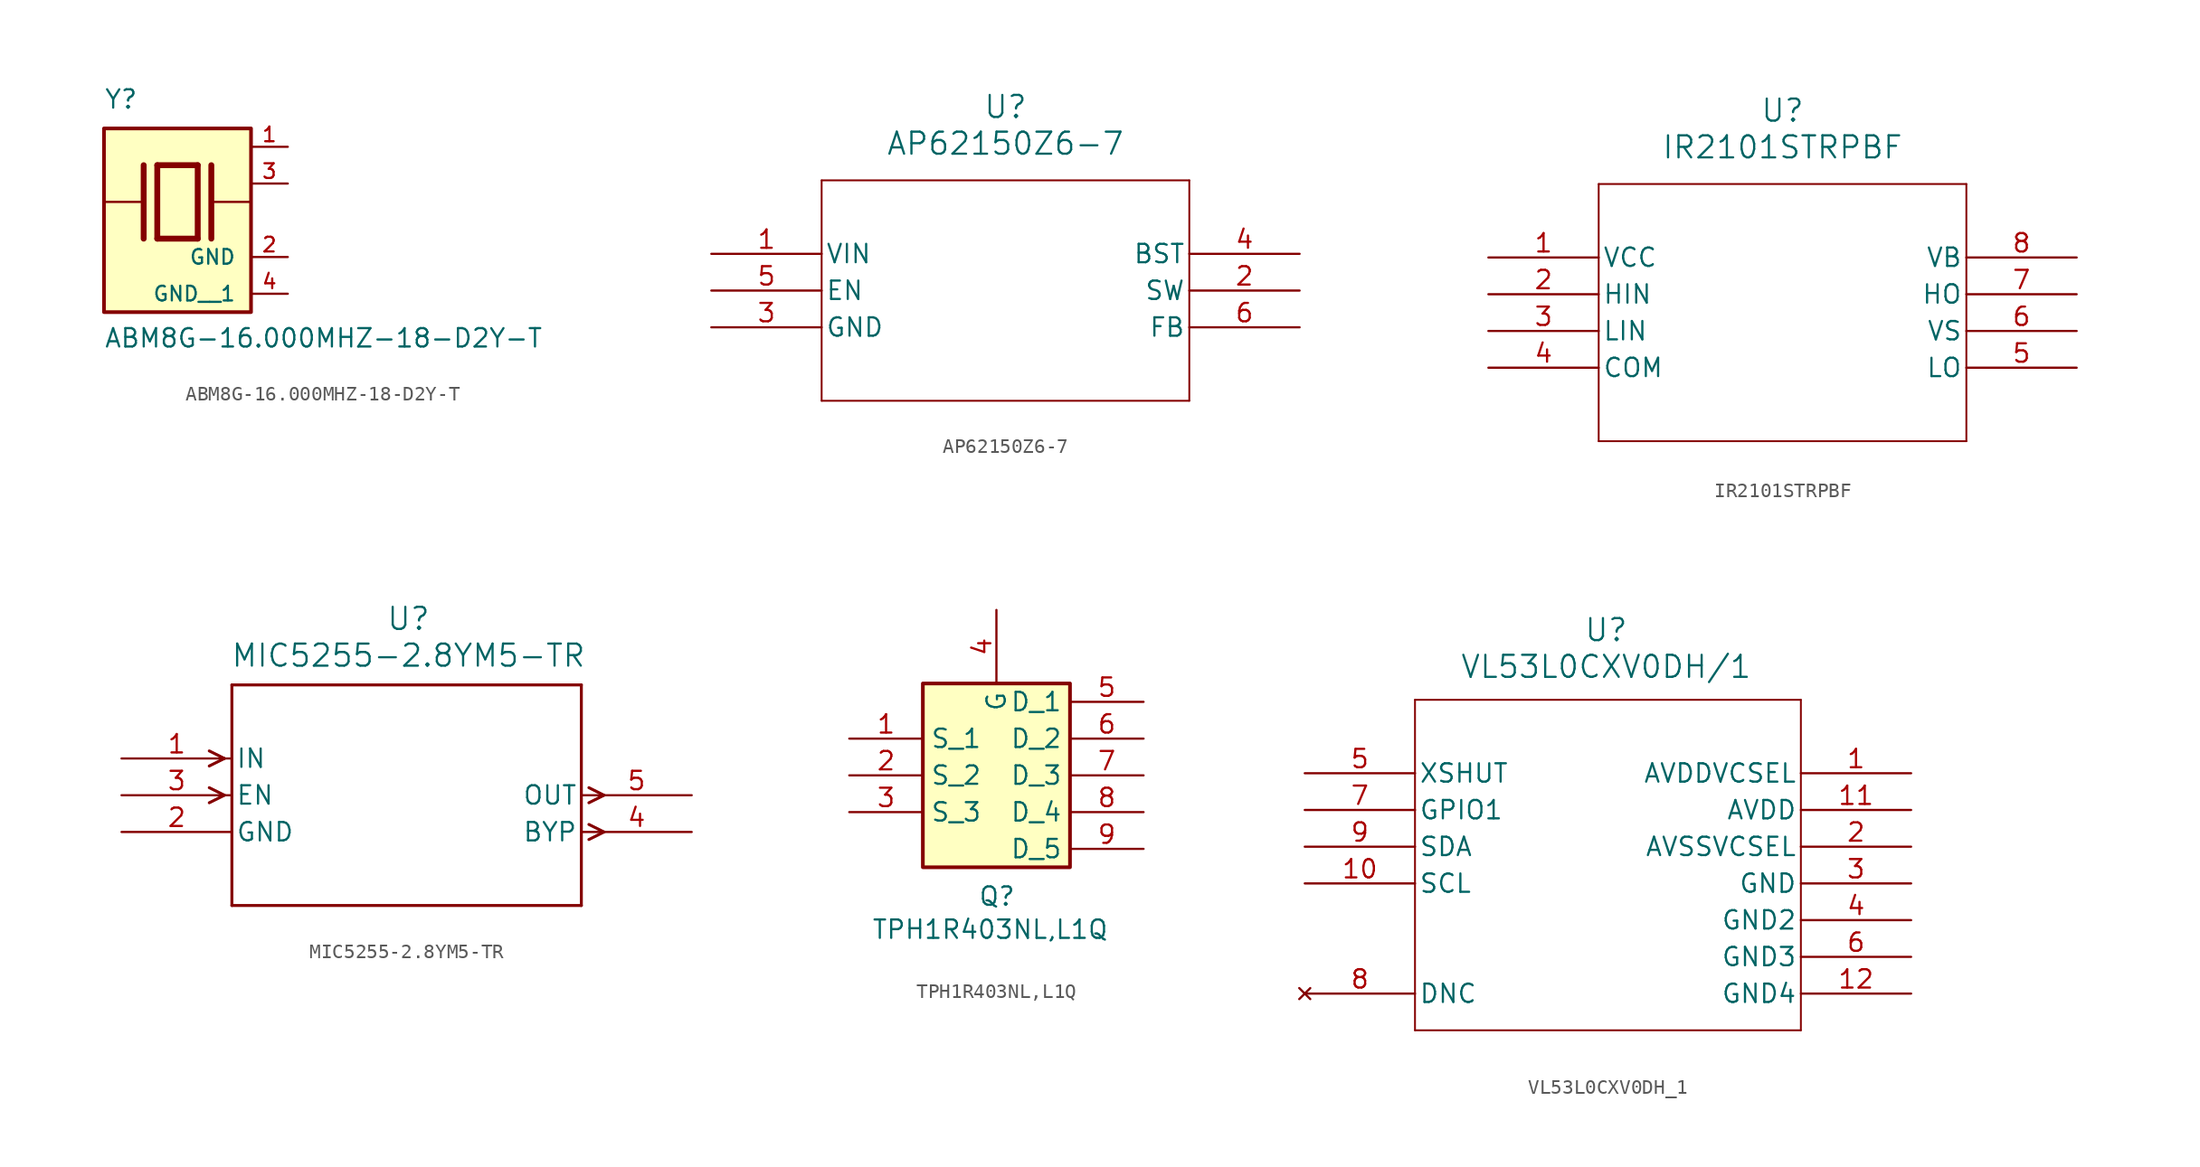
<source format=kicad_sym>
(kicad_symbol_lib
  (version 20241209)
  (generator "kicad_symbol_editor")
  (generator_version "9.0")
  (symbol "ABM8G-16.000MHZ-18-D2Y-T"
    (pin_names
      (offset 1.016))
    (property "Reference" "Y"
      (at -5.088 6.356 0)
      (effects (font (size 1.27 1.27)) (justify left bottom)))
    (property "Value" "ABM8G-16.000MHZ-18-D2Y-T"
      (at -5.094 -10.16 0)
      (effects (font (size 1.27 1.27)) (justify left bottom)))
    (symbol "ABM8G-16.000MHZ-18-D2Y-T_0_0"
      (polyline (pts (xy -5.08 0) (xy -2.54 0)) (stroke (width 0.152) (type default)) (fill (type none)))
      (rectangle (start -5.08 -7.62) (end 5.08 5.08) (stroke (width 0.254) (type default)) (fill (type background)))
      (polyline (pts (xy -2.337 2.54) (xy -2.337 -2.54)) (stroke (width 0.406) (type default)) (fill (type none)))
      (polyline (pts (xy -1.397 2.54) (xy -1.397 -2.54)) (stroke (width 0.406) (type default)) (fill (type none)))
      (polyline (pts (xy -1.397 2.54) (xy 1.397 2.54)) (stroke (width 0.406) (type default)) (fill (type none)))
      (polyline (pts (xy 1.397 2.54) (xy 1.397 -2.54)) (stroke (width 0.406) (type default)) (fill (type none)))
      (polyline (pts (xy 1.397 -2.54) (xy -1.397 -2.54)) (stroke (width 0.406) (type default)) (fill (type none)))
      (polyline (pts (xy 2.337 2.54) (xy 2.337 -2.54)) (stroke (width 0.406) (type default)) (fill (type none)))
      (polyline (pts (xy 2.54 0) (xy 5.08 0)) (stroke (width 0.152) (type default)) (fill (type none)))
      (pin passive line (at 7.62 3.81 180) (length 2.54) (name "~" (effects (font (size 1.016 1.016)))) (number "1" (effects (font (size 1.016 1.016)))))
      (pin passive line (at 7.62 1.27 180) (length 2.54) (name "~" (effects (font (size 1.016 1.016)))) (number "3" (effects (font (size 1.016 1.016)))))
      (pin power_in line (at 7.62 -3.81 180) (length 2.54) (name "GND" (effects (font (size 1.016 1.016)))) (number "2" (effects (font (size 1.016 1.016)))))
      (pin power_in line (at 7.62 -6.35 180) (length 2.54) (name "GND__1" (effects (font (size 1.016 1.016)))) (number "4" (effects (font (size 1.016 1.016)))))))
  (symbol "AP62150Z6-7"
    (pin_names
      (offset 0.254))
    (property "Reference" "U"
      (at 20.32 10.16 0)
      (effects (font (size 1.524 1.524))))
    (property "Value" "AP62150Z6-7"
      (at 20.32 7.62 0)
      (effects (font (size 1.524 1.524))))
    (property "ki_locked" ""
      (at 0 0 0)
      (effects (font (size 1.27 1.27))))
    (symbol "AP62150Z6-7_0_1"
      (polyline (pts (xy 7.62 5.08) (xy 7.62 -10.16)) (stroke (width 0.127) (type default)) (fill (type none)))
      (polyline (pts (xy 7.62 -10.16) (xy 33.02 -10.16)) (stroke (width 0.127) (type default)) (fill (type none)))
      (polyline (pts (xy 33.02 5.08) (xy 7.62 5.08)) (stroke (width 0.127) (type default)) (fill (type none)))
      (polyline (pts (xy 33.02 -10.16) (xy 33.02 5.08)) (stroke (width 0.127) (type default)) (fill (type none)))
      (pin power_in line (at 0 0 0) (length 7.62) (name "VIN" (effects (font (size 1.27 1.27)))) (number "1" (effects (font (size 1.27 1.27)))))
      (pin input line (at 0 -2.54 0) (length 7.62) (name "EN" (effects (font (size 1.27 1.27)))) (number "5" (effects (font (size 1.27 1.27)))))
      (pin output line (at 40.64 -2.54 180) (length 7.62) (name "SW" (effects (font (size 1.27 1.27)))) (number "2" (effects (font (size 1.27 1.27)))))
      (pin input line (at 40.64 -5.08 180) (length 7.62) (name "FB" (effects (font (size 1.27 1.27)))) (number "6" (effects (font (size 1.27 1.27))))))
    (symbol "AP62150Z6-7_1_1"
      (pin power_in line (at 0 -5.08 0) (length 7.62) (name "GND" (effects (font (size 1.27 1.27)))) (number "3" (effects (font (size 1.27 1.27)))))
      (pin power_out line (at 40.64 0 180) (length 7.62) (name "BST" (effects (font (size 1.27 1.27)))) (number "4" (effects (font (size 1.27 1.27)))))))
  (symbol "IR2101STRPBF"
    (pin_names
      (offset 0.254))
    (property "Reference" "U"
      (at 20.32 10.16 0)
      (effects (font (size 1.524 1.524))))
    (property "Value" "IR2101STRPBF"
      (at 20.32 7.62 0)
      (effects (font (size 1.524 1.524))))
    (property "ki_locked" ""
      (at 0 0 0)
      (effects (font (size 1.27 1.27))))
    (symbol "IR2101STRPBF_0_1"
      (polyline (pts (xy 7.62 5.08) (xy 7.62 -12.7)) (stroke (width 0.127) (type default)) (fill (type none)))
      (polyline (pts (xy 7.62 -12.7) (xy 33.02 -12.7)) (stroke (width 0.127) (type default)) (fill (type none)))
      (polyline (pts (xy 33.02 5.08) (xy 7.62 5.08)) (stroke (width 0.127) (type default)) (fill (type none)))
      (polyline (pts (xy 33.02 -12.7) (xy 33.02 5.08)) (stroke (width 0.127) (type default)) (fill (type none)))
      (pin power_in line (at 0 0 0) (length 7.62) (name "VCC" (effects (font (size 1.27 1.27)))) (number "1" (effects (font (size 1.27 1.27)))))
      (pin input line (at 0 -2.54 0) (length 7.62) (name "HIN" (effects (font (size 1.27 1.27)))) (number "2" (effects (font (size 1.27 1.27)))))
      (pin input line (at 0 -5.08 0) (length 7.62) (name "LIN" (effects (font (size 1.27 1.27)))) (number "3" (effects (font (size 1.27 1.27)))))
      (pin output line (at 40.64 -2.54 180) (length 7.62) (name "HO" (effects (font (size 1.27 1.27)))) (number "7" (effects (font (size 1.27 1.27)))))
      (pin output line (at 40.64 -7.62 180) (length 7.62) (name "LO" (effects (font (size 1.27 1.27)))) (number "5" (effects (font (size 1.27 1.27))))))
    (symbol "IR2101STRPBF_1_1"
      (pin power_in line (at 0 -7.62 0) (length 7.62) (name "COM" (effects (font (size 1.27 1.27)))) (number "4" (effects (font (size 1.27 1.27)))))
      (pin output line (at 40.64 0 180) (length 7.62) (name "VB" (effects (font (size 1.27 1.27)))) (number "8" (effects (font (size 1.27 1.27)))))
      (pin output line (at 40.64 -5.08 180) (length 7.62) (name "VS" (effects (font (size 1.27 1.27)))) (number "6" (effects (font (size 1.27 1.27)))))))
  (symbol "MIC5255-2.8YM5-TR"
    (pin_names
      (offset 0.254))
    (property "Reference" "U"
      (at 19.812 9.652 0)
      (effects (font (size 1.524 1.524))))
    (property "Value" "MIC5255-2.8YM5-TR"
      (at 19.812 7.112 0)
      (effects (font (size 1.524 1.524))))
    (property "ki_locked" ""
      (at 0 0 0)
      (effects (font (size 1.27 1.27))))
    (symbol "MIC5255-2.8YM5-TR_0_1"
      (polyline (pts (xy 7.099 0) (xy 6.058 0.521)) (stroke (width 0.203) (type default)) (fill (type none)))
      (polyline (pts (xy 7.099 0) (xy 6.058 -0.521)) (stroke (width 0.203) (type default)) (fill (type none)))
      (polyline (pts (xy 7.099 -2.54) (xy 6.058 -2.019)) (stroke (width 0.203) (type default)) (fill (type none)))
      (polyline (pts (xy 7.099 -2.54) (xy 6.058 -3.061)) (stroke (width 0.203) (type default)) (fill (type none)))
      (polyline (pts (xy 7.62 5.08) (xy 7.62 -10.16)) (stroke (width 0.203) (type default)) (fill (type none)))
      (polyline (pts (xy 7.62 -10.16) (xy 31.75 -10.16)) (stroke (width 0.203) (type default)) (fill (type none)))
      (polyline (pts (xy 31.75 5.08) (xy 7.62 5.08)) (stroke (width 0.203) (type default)) (fill (type none)))
      (polyline (pts (xy 31.75 -10.16) (xy 31.75 5.08)) (stroke (width 0.203) (type default)) (fill (type none)))
      (polyline (pts (xy 32.271 -2.019) (xy 33.312 -2.54)) (stroke (width 0.203) (type default)) (fill (type none)))
      (polyline (pts (xy 32.271 -3.061) (xy 33.312 -2.54)) (stroke (width 0.203) (type default)) (fill (type none)))
      (polyline (pts (xy 32.271 -4.559) (xy 33.312 -5.08)) (stroke (width 0.203) (type default)) (fill (type none)))
      (polyline (pts (xy 32.271 -5.601) (xy 33.312 -5.08)) (stroke (width 0.203) (type default)) (fill (type none)))
      (pin input line (at 0 0 0) (length 7.62) (name "IN" (effects (font (size 1.27 1.27)))) (number "1" (effects (font (size 1.27 1.27)))))
      (pin input line (at 0 -2.54 0) (length 7.62) (name "EN" (effects (font (size 1.27 1.27)))) (number "3" (effects (font (size 1.27 1.27)))))
      (pin power_in line (at 0 -5.08 0) (length 7.62) (name "GND" (effects (font (size 1.27 1.27)))) (number "2" (effects (font (size 1.27 1.27)))))
      (pin output line (at 39.37 -5.08 180) (length 7.62) (name "BYP" (effects (font (size 1.27 1.27)))) (number "4" (effects (font (size 1.27 1.27))))))
    (symbol "MIC5255-2.8YM5-TR_1_1"
      (pin output line (at 39.37 -2.54 180) (length 7.62) (name "OUT" (effects (font (size 1.27 1.27)))) (number "5" (effects (font (size 1.27 1.27)))))))
  (symbol "TPH1R403NL,L1Q"
    (property "Reference" "Q"
      (at 11.43 -12.7 0)
      (effects (font (size 1.27 1.27)) (justify left top)))
    (property "Value" "TPH1R403NL,L1Q"
      (at 4.064 -14.986 0)
      (effects (font (size 1.27 1.27)) (justify left top)))
    (symbol "TPH1R403NL,L1Q_1_1"
      (rectangle (start 7.62 1.27) (end 17.78 -11.43) (stroke (width 0.254) (type default)) (fill (type background)))
      (pin passive line (at 2.54 -2.54 0) (length 5.08) (name "S_1" (effects (font (size 1.27 1.27)))) (number "1" (effects (font (size 1.27 1.27)))))
      (pin passive line (at 2.54 -5.08 0) (length 5.08) (name "S_2" (effects (font (size 1.27 1.27)))) (number "2" (effects (font (size 1.27 1.27)))))
      (pin passive line (at 2.54 -7.62 0) (length 5.08) (name "S_3" (effects (font (size 1.27 1.27)))) (number "3" (effects (font (size 1.27 1.27)))))
      (pin passive line (at 12.7 6.35 270) (length 5.08) (name "G" (effects (font (size 1.27 1.27)))) (number "4" (effects (font (size 1.27 1.27)))))
      (pin passive line (at 22.86 0 180) (length 5.08) (name "D_1" (effects (font (size 1.27 1.27)))) (number "5" (effects (font (size 1.27 1.27)))))
      (pin passive line (at 22.86 -2.54 180) (length 5.08) (name "D_2" (effects (font (size 1.27 1.27)))) (number "6" (effects (font (size 1.27 1.27)))))
      (pin passive line (at 22.86 -5.08 180) (length 5.08) (name "D_3" (effects (font (size 1.27 1.27)))) (number "7" (effects (font (size 1.27 1.27)))))
      (pin passive line (at 22.86 -7.62 180) (length 5.08) (name "D_4" (effects (font (size 1.27 1.27)))) (number "8" (effects (font (size 1.27 1.27)))))
      (pin passive line (at 22.86 -10.16 180) (length 5.08) (name "D_5" (effects (font (size 1.27 1.27)))) (number "9" (effects (font (size 1.27 1.27)))))))
  (symbol "VL53L0CXV0DH_1"
    (pin_names
      (offset 0.254))
    (property "Reference" "U"
      (at 20.828 9.906 0)
      (effects (font (size 1.524 1.524))))
    (property "Value" "VL53L0CXV0DH/1"
      (at 20.828 7.366 0)
      (effects (font (size 1.524 1.524))))
    (property "ki_locked" ""
      (at 0 0 0)
      (effects (font (size 1.27 1.27))))
    (symbol "VL53L0CXV0DH_1_0_1"
      (polyline (pts (xy 7.62 5.08) (xy 7.62 -17.78)) (stroke (width 0.127) (type default)) (fill (type none)))
      (polyline (pts (xy 7.62 -17.78) (xy 34.29 -17.78)) (stroke (width 0.127) (type default)) (fill (type none)))
      (polyline (pts (xy 34.29 5.08) (xy 7.62 5.08)) (stroke (width 0.127) (type default)) (fill (type none)))
      (polyline (pts (xy 34.29 -17.78) (xy 34.29 5.08)) (stroke (width 0.127) (type default)) (fill (type none)))
      (pin input line (at 0 0 0) (length 7.62) (name "XSHUT" (effects (font (size 1.27 1.27)))) (number "5" (effects (font (size 1.27 1.27)))))
      (pin bidirectional line (at 0 -2.54 0) (length 7.62) (name "GPIO1" (effects (font (size 1.27 1.27)))) (number "7" (effects (font (size 1.27 1.27)))))
      (pin bidirectional line (at 0 -5.08 0) (length 7.62) (name "SDA" (effects (font (size 1.27 1.27)))) (number "9" (effects (font (size 1.27 1.27)))))
      (pin input line (at 0 -7.62 0) (length 7.62) (name "SCL" (effects (font (size 1.27 1.27)))) (number "10" (effects (font (size 1.27 1.27)))))
      (pin no_connect line (at 0 -15.24 0) (length 7.62) (name "DNC" (effects (font (size 1.27 1.27)))) (number "8" (effects (font (size 1.27 1.27)))))
      (pin power_in line (at 41.91 0 180) (length 7.62) (name "AVDDVCSEL" (effects (font (size 1.27 1.27)))) (number "1" (effects (font (size 1.27 1.27)))))
      (pin power_in line (at 41.91 -2.54 180) (length 7.62) (name "AVDD" (effects (font (size 1.27 1.27)))) (number "11" (effects (font (size 1.27 1.27)))))
      (pin power_in line (at 41.91 -5.08 180) (length 7.62) (name "AVSSVCSEL" (effects (font (size 1.27 1.27)))) (number "2" (effects (font (size 1.27 1.27)))))
      (pin power_in line (at 41.91 -7.62 180) (length 7.62) (name "GND" (effects (font (size 1.27 1.27)))) (number "3" (effects (font (size 1.27 1.27)))))
      (pin power_in line (at 41.91 -10.16 180) (length 7.62) (name "GND2" (effects (font (size 1.27 1.27)))) (number "4" (effects (font (size 1.27 1.27)))))
      (pin power_in line (at 41.91 -12.7 180) (length 7.62) (name "GND3" (effects (font (size 1.27 1.27)))) (number "6" (effects (font (size 1.27 1.27)))))
      (pin power_in line (at 41.91 -15.24 180) (length 7.62) (name "GND4" (effects (font (size 1.27 1.27)))) (number "12" (effects (font (size 1.27 1.27))))))))
</source>
